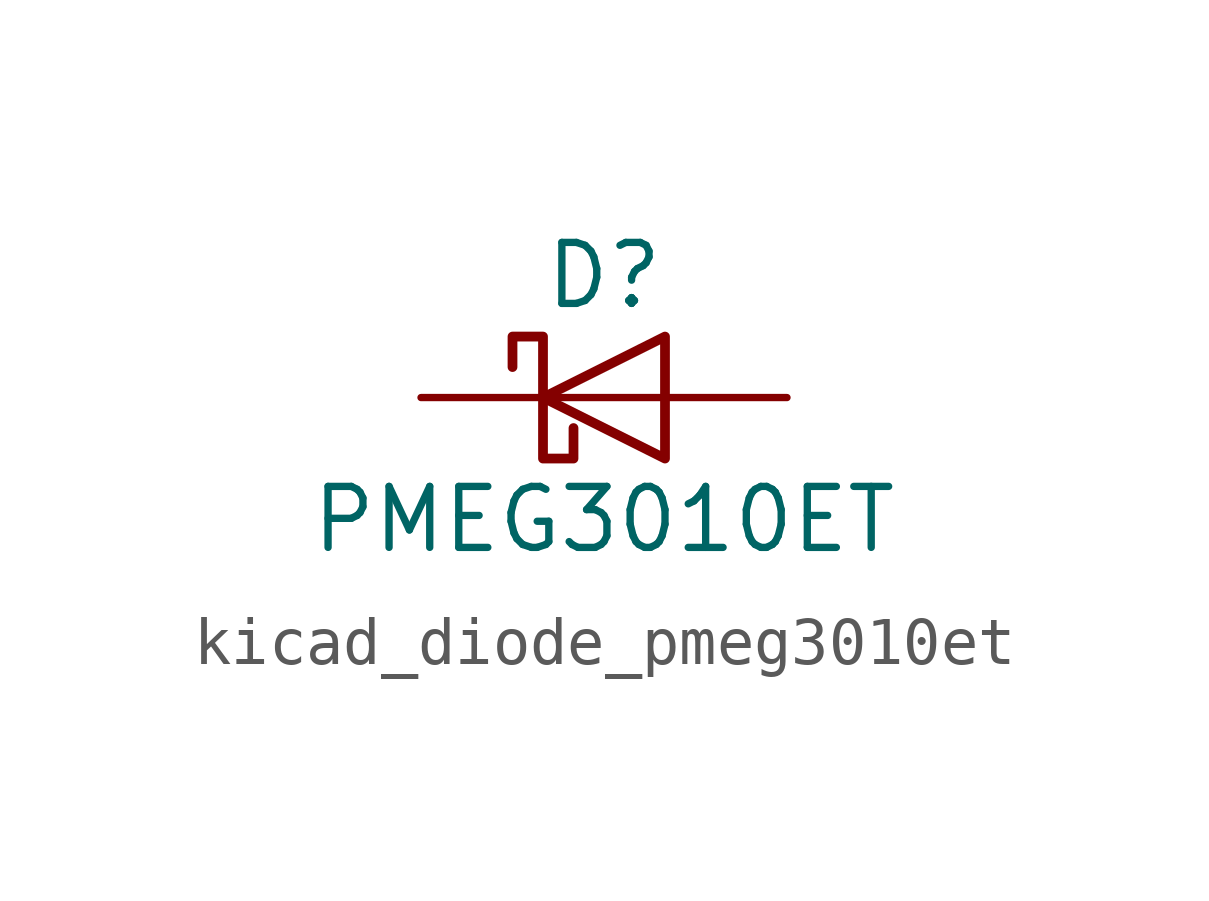
<source format=kicad_sym>
(kicad_symbol_lib
  (version 20220914)
  (generator kicad_symbol_editor)
  (symbol "kicad_diode_pmeg3010et"
    (pin_numbers hide)
    (pin_names hide)
    (property "Reference" "D"
      (at 0 2.54 0)
      (effects (font (size 1.27 1.27))))
    (property "Value" "PMEG3010ET"
      (at 0 -2.54 0)
      (effects (font (size 1.27 1.27))))
    (symbol "kicad_diode_pmeg3010et_0_1"
      (polyline (pts (xy 1.27 0) (xy -1.27 0)) (stroke (width 0) (type default)) (fill (type none)))
      (polyline (pts (xy 1.27 -1.27) (xy 1.27 1.27) (xy -1.27 0) (xy 1.27 -1.27)) (stroke (width 0.203) (type default)) (fill (type none)))
      (polyline (pts (xy -1.905 0.635) (xy -1.905 1.27) (xy -1.27 1.27) (xy -1.27 -1.27) (xy -0.635 -1.27) (xy -0.635 -0.635)) (stroke (width 0.203) (type default)) (fill (type none))))
    (symbol "kicad_diode_pmeg3010et_1_1"
      (pin passive line (at 3.81 0 180) (length 2.54) (name "A" (effects (font (size 1.27 1.27)))) (number "1" (effects (font (size 1.27 1.27)))))
      (pin no_connect line (at 0 0 180) (length 2.54) hide (name "NC" (effects (font (size 1.27 1.27)))) (number "2" (effects (font (size 1.27 1.27)))))
      (pin passive line (at -3.81 0 0) (length 2.54) (name "K" (effects (font (size 1.27 1.27)))) (number "3" (effects (font (size 1.27 1.27))))))))
</source>
